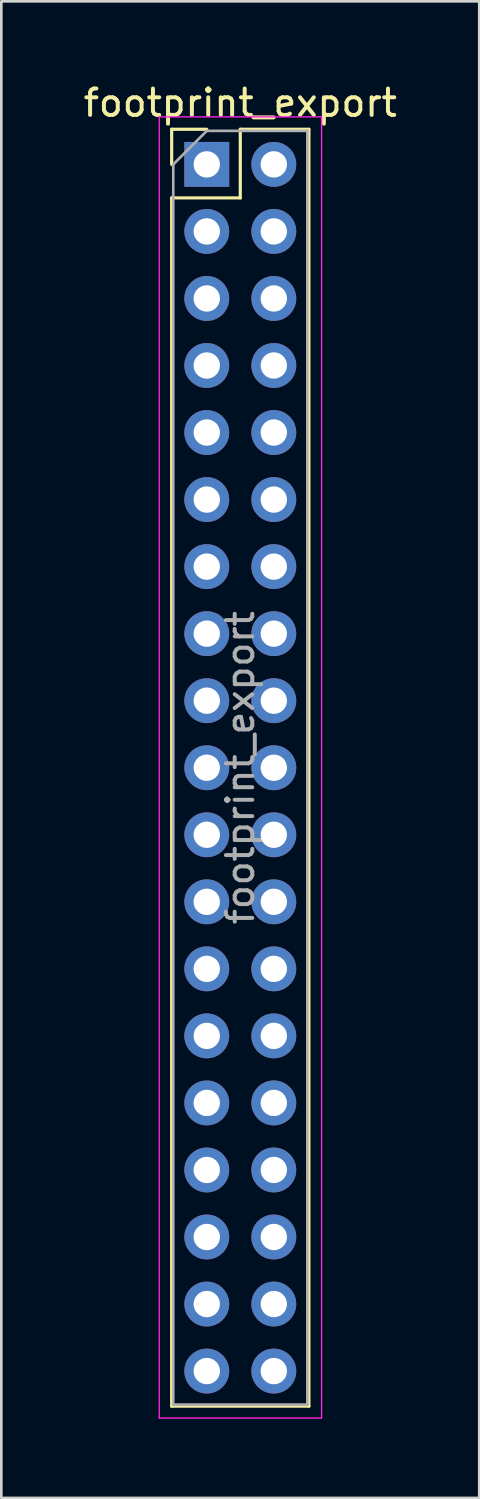
<source format=kicad_pcb>
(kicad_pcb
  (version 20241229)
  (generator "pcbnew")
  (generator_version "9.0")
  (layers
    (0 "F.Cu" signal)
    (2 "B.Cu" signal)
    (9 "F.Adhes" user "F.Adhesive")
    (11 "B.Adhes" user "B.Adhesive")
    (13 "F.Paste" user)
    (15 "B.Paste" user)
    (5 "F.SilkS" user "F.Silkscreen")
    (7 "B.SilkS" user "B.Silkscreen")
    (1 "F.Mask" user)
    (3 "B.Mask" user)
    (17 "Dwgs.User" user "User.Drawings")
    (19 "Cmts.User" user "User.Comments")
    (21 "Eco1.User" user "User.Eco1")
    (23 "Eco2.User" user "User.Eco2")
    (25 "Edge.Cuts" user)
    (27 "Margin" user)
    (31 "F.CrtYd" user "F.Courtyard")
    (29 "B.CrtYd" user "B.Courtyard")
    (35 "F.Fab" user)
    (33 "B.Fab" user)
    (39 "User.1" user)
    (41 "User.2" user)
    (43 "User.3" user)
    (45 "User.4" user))
  (footprint "footprint_export"
    (layer "F.Cu")
    (at 4.784 3.178)
    (property "Reference" "footprint_export" (at 1.27 -2.33 0) (layer "F.SilkS") (effects (font (size 1 1) (thickness 0.15))))
    (attr through_hole)
    (fp_line (start -1.33 -1.33) (end 0 -1.33) (stroke (width 0.12) (type solid)) (layer "F.SilkS"))
    (fp_line (start -1.33 0) (end -1.33 -1.33) (stroke (width 0.12) (type solid)) (layer "F.SilkS"))
    (fp_line (start -1.33 1.27) (end -1.33 47.05) (stroke (width 0.12) (type solid)) (layer "F.SilkS"))
    (fp_line (start -1.33 1.27) (end 1.27 1.27) (stroke (width 0.12) (type solid)) (layer "F.SilkS"))
    (fp_line (start -1.33 47.05) (end 3.87 47.05) (stroke (width 0.12) (type solid)) (layer "F.SilkS"))
    (fp_line (start 1.27 -1.33) (end 3.87 -1.33) (stroke (width 0.12) (type solid)) (layer "F.SilkS"))
    (fp_line (start 1.27 1.27) (end 1.27 -1.33) (stroke (width 0.12) (type solid)) (layer "F.SilkS"))
    (fp_line (start 3.87 -1.33) (end 3.87 47.05) (stroke (width 0.12) (type solid)) (layer "F.SilkS"))
    (fp_line (start -1.8 -1.8) (end -1.8 47.5) (stroke (width 0.05) (type solid)) (layer "F.CrtYd"))
    (fp_line (start -1.8 47.5) (end 4.35 47.5) (stroke (width 0.05) (type solid)) (layer "F.CrtYd"))
    (fp_line (start 4.35 -1.8) (end -1.8 -1.8) (stroke (width 0.05) (type solid)) (layer "F.CrtYd"))
    (fp_line (start 4.35 47.5) (end 4.35 -1.8) (stroke (width 0.05) (type solid)) (layer "F.CrtYd"))
    (fp_line (start -1.27 0) (end 0 -1.27) (stroke (width 0.1) (type solid)) (layer "F.Fab"))
    (fp_line (start -1.27 46.99) (end -1.27 0) (stroke (width 0.1) (type solid)) (layer "F.Fab"))
    (fp_line (start 0 -1.27) (end 3.81 -1.27) (stroke (width 0.1) (type solid)) (layer "F.Fab"))
    (fp_line (start 3.81 -1.27) (end 3.81 46.99) (stroke (width 0.1) (type solid)) (layer "F.Fab"))
    (fp_line (start 3.81 46.99) (end -1.27 46.99) (stroke (width 0.1) (type solid)) (layer "F.Fab"))
    (fp_text user "${REFERENCE}" (at 1.27 22.86 90) (layer "F.Fab") (effects (font (size 1 1) (thickness 0.15))))
    (pad "1" thru_hole rect (at 0 0) (size 1.7 1.7) (drill 1) (layers "*.Cu" "*.Mask"))
    (pad "2" thru_hole oval (at 2.54 0) (size 1.7 1.7) (drill 1) (layers "*.Cu" "*.Mask"))
    (pad "3" thru_hole oval (at 0 2.54) (size 1.7 1.7) (drill 1) (layers "*.Cu" "*.Mask"))
    (pad "4" thru_hole oval (at 2.54 2.54) (size 1.7 1.7) (drill 1) (layers "*.Cu" "*.Mask"))
    (pad "5" thru_hole oval (at 0 5.08) (size 1.7 1.7) (drill 1) (layers "*.Cu" "*.Mask"))
    (pad "6" thru_hole oval (at 2.54 5.08) (size 1.7 1.7) (drill 1) (layers "*.Cu" "*.Mask"))
    (pad "7" thru_hole oval (at 0 7.62) (size 1.7 1.7) (drill 1) (layers "*.Cu" "*.Mask"))
    (pad "8" thru_hole oval (at 2.54 7.62) (size 1.7 1.7) (drill 1) (layers "*.Cu" "*.Mask"))
    (pad "9" thru_hole oval (at 0 10.16) (size 1.7 1.7) (drill 1) (layers "*.Cu" "*.Mask"))
    (pad "10" thru_hole oval (at 2.54 10.16) (size 1.7 1.7) (drill 1) (layers "*.Cu" "*.Mask"))
    (pad "11" thru_hole oval (at 0 12.7) (size 1.7 1.7) (drill 1) (layers "*.Cu" "*.Mask"))
    (pad "12" thru_hole oval (at 2.54 12.7) (size 1.7 1.7) (drill 1) (layers "*.Cu" "*.Mask"))
    (pad "13" thru_hole oval (at 0 15.24) (size 1.7 1.7) (drill 1) (layers "*.Cu" "*.Mask"))
    (pad "14" thru_hole oval (at 2.54 15.24) (size 1.7 1.7) (drill 1) (layers "*.Cu" "*.Mask"))
    (pad "15" thru_hole oval (at 0 17.78) (size 1.7 1.7) (drill 1) (layers "*.Cu" "*.Mask"))
    (pad "16" thru_hole oval (at 2.54 17.78) (size 1.7 1.7) (drill 1) (layers "*.Cu" "*.Mask"))
    (pad "17" thru_hole oval (at 0 20.32) (size 1.7 1.7) (drill 1) (layers "*.Cu" "*.Mask"))
    (pad "18" thru_hole oval (at 2.54 20.32) (size 1.7 1.7) (drill 1) (layers "*.Cu" "*.Mask"))
    (pad "19" thru_hole oval (at 0 22.86) (size 1.7 1.7) (drill 1) (layers "*.Cu" "*.Mask"))
    (pad "20" thru_hole oval (at 2.54 22.86) (size 1.7 1.7) (drill 1) (layers "*.Cu" "*.Mask"))
    (pad "21" thru_hole oval (at 0 25.4) (size 1.7 1.7) (drill 1) (layers "*.Cu" "*.Mask"))
    (pad "22" thru_hole oval (at 2.54 25.4) (size 1.7 1.7) (drill 1) (layers "*.Cu" "*.Mask"))
    (pad "23" thru_hole oval (at 0 27.94) (size 1.7 1.7) (drill 1) (layers "*.Cu" "*.Mask"))
    (pad "24" thru_hole oval (at 2.54 27.94) (size 1.7 1.7) (drill 1) (layers "*.Cu" "*.Mask"))
    (pad "25" thru_hole oval (at 0 30.48) (size 1.7 1.7) (drill 1) (layers "*.Cu" "*.Mask"))
    (pad "26" thru_hole oval (at 2.54 30.48) (size 1.7 1.7) (drill 1) (layers "*.Cu" "*.Mask"))
    (pad "27" thru_hole oval (at 0 33.02) (size 1.7 1.7) (drill 1) (layers "*.Cu" "*.Mask"))
    (pad "28" thru_hole oval (at 2.54 33.02) (size 1.7 1.7) (drill 1) (layers "*.Cu" "*.Mask"))
    (pad "29" thru_hole oval (at 0 35.56) (size 1.7 1.7) (drill 1) (layers "*.Cu" "*.Mask"))
    (pad "30" thru_hole oval (at 2.54 35.56) (size 1.7 1.7) (drill 1) (layers "*.Cu" "*.Mask"))
    (pad "31" thru_hole oval (at 0 38.1) (size 1.7 1.7) (drill 1) (layers "*.Cu" "*.Mask"))
    (pad "32" thru_hole oval (at 2.54 38.1) (size 1.7 1.7) (drill 1) (layers "*.Cu" "*.Mask"))
    (pad "33" thru_hole oval (at 0 40.64) (size 1.7 1.7) (drill 1) (layers "*.Cu" "*.Mask"))
    (pad "34" thru_hole oval (at 2.54 40.64) (size 1.7 1.7) (drill 1) (layers "*.Cu" "*.Mask"))
    (pad "35" thru_hole oval (at 0 43.18) (size 1.7 1.7) (drill 1) (layers "*.Cu" "*.Mask"))
    (pad "36" thru_hole oval (at 2.54 43.18) (size 1.7 1.7) (drill 1) (layers "*.Cu" "*.Mask"))
    (pad "37" thru_hole oval (at 0 45.72) (size 1.7 1.7) (drill 1) (layers "*.Cu" "*.Mask"))
    (pad "38" thru_hole oval (at 2.54 45.72) (size 1.7 1.7) (drill 1) (layers "*.Cu" "*.Mask")))
  (gr_rect
    (start -3 -3)
    (end 15.107 53.703)
    (stroke (width 0.1) (type default))
    (fill no)
    (layer "Edge.Cuts")))
</source>
